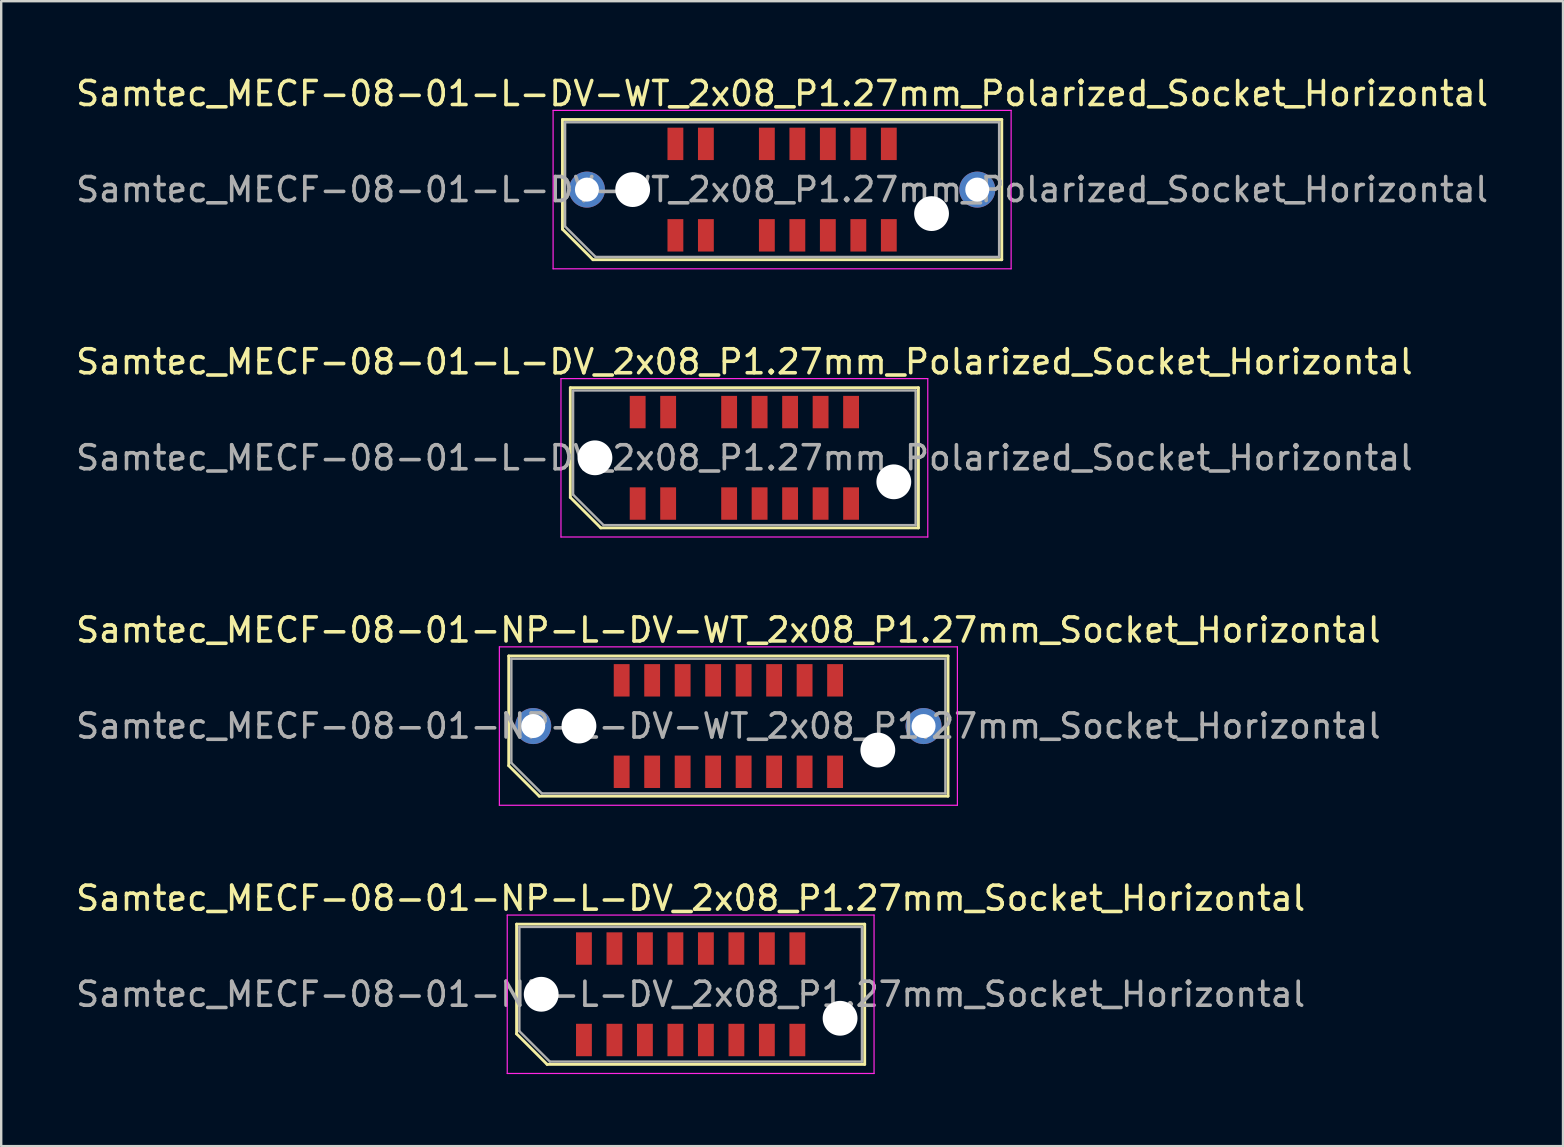
<source format=kicad_pcb>
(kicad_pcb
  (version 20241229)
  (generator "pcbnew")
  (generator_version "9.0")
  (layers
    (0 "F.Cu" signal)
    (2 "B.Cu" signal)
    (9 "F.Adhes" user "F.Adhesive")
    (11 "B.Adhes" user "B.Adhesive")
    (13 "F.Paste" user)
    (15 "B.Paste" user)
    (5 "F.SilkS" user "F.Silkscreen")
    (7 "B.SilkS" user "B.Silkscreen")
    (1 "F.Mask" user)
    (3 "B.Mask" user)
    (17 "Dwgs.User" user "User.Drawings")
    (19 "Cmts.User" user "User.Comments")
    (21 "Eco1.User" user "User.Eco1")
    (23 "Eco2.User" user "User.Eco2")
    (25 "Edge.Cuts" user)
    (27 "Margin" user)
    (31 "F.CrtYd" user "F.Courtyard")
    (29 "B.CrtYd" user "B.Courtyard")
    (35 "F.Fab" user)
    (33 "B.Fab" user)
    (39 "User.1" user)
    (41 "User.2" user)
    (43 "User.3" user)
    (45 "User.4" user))
  (footprint "Samtec_MECF-08-01-NP-L-DV-WT_2x08_P1.27mm_Socket_Horizontal"
    (layer "F.Cu")
    (at 27.292 27.195)
    (property "Reference" "Samtec_MECF-08-01-NP-L-DV-WT_2x08_P1.27mm_Socket_Horizontal" (at 0 -4 0) (layer "F.SilkS") (effects (font (size 1 1) (thickness 0.15))))
    (attr smd)
    (fp_line (start -9.15 -2.92) (end 9.15 -2.92) (stroke (width 0.12) (type solid)) (layer "F.SilkS"))
    (fp_line (start -9.15 1.65) (end -9.15 -2.92) (stroke (width 0.12) (type solid)) (layer "F.SilkS"))
    (fp_line (start -7.88 2.92) (end -9.15 1.65) (stroke (width 0.12) (type solid)) (layer "F.SilkS"))
    (fp_line (start -7.88 2.92) (end 9.15 2.92) (stroke (width 0.12) (type solid)) (layer "F.SilkS"))
    (fp_line (start 9.15 2.92) (end 9.15 -2.92) (stroke (width 0.12) (type solid)) (layer "F.SilkS"))
    (fp_line (start -9.54 -3.3) (end -9.54 3.3) (stroke (width 0.05) (type solid)) (layer "F.CrtYd"))
    (fp_line (start -9.54 3.3) (end 9.54 3.3) (stroke (width 0.05) (type solid)) (layer "F.CrtYd"))
    (fp_line (start 9.54 -3.3) (end -9.54 -3.3) (stroke (width 0.05) (type solid)) (layer "F.CrtYd"))
    (fp_line (start 9.54 3.3) (end 9.54 -3.3) (stroke (width 0.05) (type solid)) (layer "F.CrtYd"))
    (fp_line (start -9.04 -2.805) (end 9.04 -2.805) (stroke (width 0.1) (type solid)) (layer "F.Fab"))
    (fp_line (start -9.04 1.535) (end -9.04 -2.805) (stroke (width 0.1) (type solid)) (layer "F.Fab"))
    (fp_line (start -9.04 1.535) (end -7.77 2.805) (stroke (width 0.1) (type solid)) (layer "F.Fab"))
    (fp_line (start -7.77 2.805) (end 9.04 2.805) (stroke (width 0.1) (type solid)) (layer "F.Fab"))
    (fp_line (start 9.04 2.805) (end 9.04 -2.805) (stroke (width 0.1) (type solid)) (layer "F.Fab"))
    (fp_text user "${REFERENCE}" (at 0 0 0) (layer "F.Fab") (effects (font (size 1 1) (thickness 0.15))))
    (pad "" thru_hole circle (at -8.13 0) (size 1.5 1.5) (drill 1) (layers "*.Cu" "*.Mask"))
    (pad "" np_thru_hole circle (at -6.225 0) (size 1.45 1.45) (drill 1.45) (layers "*.Cu" "*.Mask"))
    (pad "" np_thru_hole circle (at 6.225 1) (size 1.45 1.45) (drill 1.45) (layers "*.Cu" "*.Mask"))
    (pad "" thru_hole circle (at 8.13 0) (size 1.5 1.5) (drill 1) (layers "*.Cu" "*.Mask"))
    (pad "1" smd rect (at -4.445 1.905) (size 0.66 1.35) (layers "F.Cu" "F.Mask" "F.Paste"))
    (pad "2" smd rect (at -4.445 -1.905) (size 0.66 1.35) (layers "F.Cu" "F.Mask" "F.Paste"))
    (pad "3" smd rect (at -3.175 1.905) (size 0.66 1.35) (layers "F.Cu" "F.Mask" "F.Paste"))
    (pad "4" smd rect (at -3.175 -1.905) (size 0.66 1.35) (layers "F.Cu" "F.Mask" "F.Paste"))
    (pad "5" smd rect (at -1.905 1.905) (size 0.66 1.35) (layers "F.Cu" "F.Mask" "F.Paste"))
    (pad "6" smd rect (at -1.905 -1.905) (size 0.66 1.35) (layers "F.Cu" "F.Mask" "F.Paste"))
    (pad "7" smd rect (at -0.635 1.905) (size 0.66 1.35) (layers "F.Cu" "F.Mask" "F.Paste"))
    (pad "8" smd rect (at -0.635 -1.905) (size 0.66 1.35) (layers "F.Cu" "F.Mask" "F.Paste"))
    (pad "9" smd rect (at 0.635 1.905) (size 0.66 1.35) (layers "F.Cu" "F.Mask" "F.Paste"))
    (pad "10" smd rect (at 0.635 -1.905) (size 0.66 1.35) (layers "F.Cu" "F.Mask" "F.Paste"))
    (pad "11" smd rect (at 1.905 1.905) (size 0.66 1.35) (layers "F.Cu" "F.Mask" "F.Paste"))
    (pad "12" smd rect (at 1.905 -1.905) (size 0.66 1.35) (layers "F.Cu" "F.Mask" "F.Paste"))
    (pad "13" smd rect (at 3.175 1.905) (size 0.66 1.35) (layers "F.Cu" "F.Mask" "F.Paste"))
    (pad "14" smd rect (at 3.175 -1.905) (size 0.66 1.35) (layers "F.Cu" "F.Mask" "F.Paste"))
    (pad "15" smd rect (at 4.445 1.905) (size 0.66 1.35) (layers "F.Cu" "F.Mask" "F.Paste"))
    (pad "16" smd rect (at 4.445 -1.905) (size 0.66 1.35) (layers "F.Cu" "F.Mask" "F.Paste")))
  (footprint "Samtec_MECF-08-01-L-DV-WT_2x08_P1.27mm_Polarized_Socket_Horizontal"
    (layer "F.Cu")
    (at 29.53 4.848)
    (property "Reference" "Samtec_MECF-08-01-L-DV-WT_2x08_P1.27mm_Polarized_Socket_Horizontal" (at 0 -4 0) (layer "F.SilkS") (effects (font (size 1 1) (thickness 0.15))))
    (attr smd)
    (fp_line (start -9.15 -2.92) (end 9.15 -2.92) (stroke (width 0.12) (type solid)) (layer "F.SilkS"))
    (fp_line (start -9.15 1.65) (end -9.15 -2.92) (stroke (width 0.12) (type solid)) (layer "F.SilkS"))
    (fp_line (start -7.88 2.92) (end -9.15 1.65) (stroke (width 0.12) (type solid)) (layer "F.SilkS"))
    (fp_line (start -7.88 2.92) (end 9.15 2.92) (stroke (width 0.12) (type solid)) (layer "F.SilkS"))
    (fp_line (start 9.15 2.92) (end 9.15 -2.92) (stroke (width 0.12) (type solid)) (layer "F.SilkS"))
    (fp_line (start -9.54 -3.3) (end -9.54 3.3) (stroke (width 0.05) (type solid)) (layer "F.CrtYd"))
    (fp_line (start -9.54 3.3) (end 9.54 3.3) (stroke (width 0.05) (type solid)) (layer "F.CrtYd"))
    (fp_line (start 9.54 -3.3) (end -9.54 -3.3) (stroke (width 0.05) (type solid)) (layer "F.CrtYd"))
    (fp_line (start 9.54 3.3) (end 9.54 -3.3) (stroke (width 0.05) (type solid)) (layer "F.CrtYd"))
    (fp_line (start -9.04 -2.805) (end 9.04 -2.805) (stroke (width 0.1) (type solid)) (layer "F.Fab"))
    (fp_line (start -9.04 1.535) (end -9.04 -2.805) (stroke (width 0.1) (type solid)) (layer "F.Fab"))
    (fp_line (start -9.04 1.535) (end -7.77 2.805) (stroke (width 0.1) (type solid)) (layer "F.Fab"))
    (fp_line (start -7.77 2.805) (end 9.04 2.805) (stroke (width 0.1) (type solid)) (layer "F.Fab"))
    (fp_line (start 9.04 2.805) (end 9.04 -2.805) (stroke (width 0.1) (type solid)) (layer "F.Fab"))
    (fp_text user "${REFERENCE}" (at 0 0 0) (layer "F.Fab") (effects (font (size 1 1) (thickness 0.15))))
    (pad "" thru_hole circle (at -8.13 0) (size 1.5 1.5) (drill 1) (layers "*.Cu" "*.Mask"))
    (pad "" np_thru_hole circle (at -6.225 0) (size 1.45 1.45) (drill 1.45) (layers "*.Cu" "*.Mask"))
    (pad "" np_thru_hole circle (at 6.225 1) (size 1.45 1.45) (drill 1.45) (layers "*.Cu" "*.Mask"))
    (pad "" thru_hole circle (at 8.13 0) (size 1.5 1.5) (drill 1) (layers "*.Cu" "*.Mask"))
    (pad "1" smd rect (at -4.445 1.905) (size 0.66 1.35) (layers "F.Cu" "F.Mask" "F.Paste"))
    (pad "2" smd rect (at -4.445 -1.905) (size 0.66 1.35) (layers "F.Cu" "F.Mask" "F.Paste"))
    (pad "3" smd rect (at -3.175 1.905) (size 0.66 1.35) (layers "F.Cu" "F.Mask" "F.Paste"))
    (pad "4" smd rect (at -3.175 -1.905) (size 0.66 1.35) (layers "F.Cu" "F.Mask" "F.Paste"))
    (pad "7" smd rect (at -0.635 1.905) (size 0.66 1.35) (layers "F.Cu" "F.Mask" "F.Paste"))
    (pad "8" smd rect (at -0.635 -1.905) (size 0.66 1.35) (layers "F.Cu" "F.Mask" "F.Paste"))
    (pad "9" smd rect (at 0.635 1.905) (size 0.66 1.35) (layers "F.Cu" "F.Mask" "F.Paste"))
    (pad "10" smd rect (at 0.635 -1.905) (size 0.66 1.35) (layers "F.Cu" "F.Mask" "F.Paste"))
    (pad "11" smd rect (at 1.905 1.905) (size 0.66 1.35) (layers "F.Cu" "F.Mask" "F.Paste"))
    (pad "12" smd rect (at 1.905 -1.905) (size 0.66 1.35) (layers "F.Cu" "F.Mask" "F.Paste"))
    (pad "13" smd rect (at 3.175 1.905) (size 0.66 1.35) (layers "F.Cu" "F.Mask" "F.Paste"))
    (pad "14" smd rect (at 3.175 -1.905) (size 0.66 1.35) (layers "F.Cu" "F.Mask" "F.Paste"))
    (pad "15" smd rect (at 4.445 1.905) (size 0.66 1.35) (layers "F.Cu" "F.Mask" "F.Paste"))
    (pad "16" smd rect (at 4.445 -1.905) (size 0.66 1.35) (layers "F.Cu" "F.Mask" "F.Paste")))
  (footprint "Samtec_MECF-08-01-NP-L-DV_2x08_P1.27mm_Socket_Horizontal"
    (layer "F.Cu")
    (at 25.72 38.368)
    (property "Reference" "Samtec_MECF-08-01-NP-L-DV_2x08_P1.27mm_Socket_Horizontal" (at 0 -4 0) (layer "F.SilkS") (effects (font (size 1 1) (thickness 0.15))))
    (attr smd)
    (fp_line (start -7.25 -2.92) (end 7.25 -2.92) (stroke (width 0.12) (type solid)) (layer "F.SilkS"))
    (fp_line (start -7.25 1.65) (end -7.25 -2.92) (stroke (width 0.12) (type solid)) (layer "F.SilkS"))
    (fp_line (start -5.98 2.92) (end -7.25 1.65) (stroke (width 0.12) (type solid)) (layer "F.SilkS"))
    (fp_line (start -5.98 2.92) (end 7.25 2.92) (stroke (width 0.12) (type solid)) (layer "F.SilkS"))
    (fp_line (start 7.25 2.92) (end 7.25 -2.92) (stroke (width 0.12) (type solid)) (layer "F.SilkS"))
    (fp_line (start -7.64 -3.3) (end -7.64 3.3) (stroke (width 0.05) (type solid)) (layer "F.CrtYd"))
    (fp_line (start -7.64 3.3) (end 7.64 3.3) (stroke (width 0.05) (type solid)) (layer "F.CrtYd"))
    (fp_line (start 7.64 -3.3) (end -7.64 -3.3) (stroke (width 0.05) (type solid)) (layer "F.CrtYd"))
    (fp_line (start 7.64 3.3) (end 7.64 -3.3) (stroke (width 0.05) (type solid)) (layer "F.CrtYd"))
    (fp_line (start -7.135 -2.805) (end 7.135 -2.805) (stroke (width 0.1) (type solid)) (layer "F.Fab"))
    (fp_line (start -7.135 1.535) (end -7.135 -2.805) (stroke (width 0.1) (type solid)) (layer "F.Fab"))
    (fp_line (start -7.135 1.535) (end -5.865 2.805) (stroke (width 0.1) (type solid)) (layer "F.Fab"))
    (fp_line (start -5.865 2.805) (end 7.135 2.805) (stroke (width 0.1) (type solid)) (layer "F.Fab"))
    (fp_line (start 7.135 2.805) (end 7.135 -2.805) (stroke (width 0.1) (type solid)) (layer "F.Fab"))
    (fp_text user "${REFERENCE}" (at 0 0 0) (layer "F.Fab") (effects (font (size 1 1) (thickness 0.15))))
    (pad "" np_thru_hole circle (at -6.225 0) (size 1.45 1.45) (drill 1.45) (layers "*.Cu" "*.Mask"))
    (pad "" np_thru_hole circle (at 6.225 1) (size 1.45 1.45) (drill 1.45) (layers "*.Cu" "*.Mask"))
    (pad "1" smd rect (at -4.445 1.905) (size 0.66 1.35) (layers "F.Cu" "F.Mask" "F.Paste"))
    (pad "2" smd rect (at -4.445 -1.905) (size 0.66 1.35) (layers "F.Cu" "F.Mask" "F.Paste"))
    (pad "3" smd rect (at -3.175 1.905) (size 0.66 1.35) (layers "F.Cu" "F.Mask" "F.Paste"))
    (pad "4" smd rect (at -3.175 -1.905) (size 0.66 1.35) (layers "F.Cu" "F.Mask" "F.Paste"))
    (pad "5" smd rect (at -1.905 1.905) (size 0.66 1.35) (layers "F.Cu" "F.Mask" "F.Paste"))
    (pad "6" smd rect (at -1.905 -1.905) (size 0.66 1.35) (layers "F.Cu" "F.Mask" "F.Paste"))
    (pad "7" smd rect (at -0.635 1.905) (size 0.66 1.35) (layers "F.Cu" "F.Mask" "F.Paste"))
    (pad "8" smd rect (at -0.635 -1.905) (size 0.66 1.35) (layers "F.Cu" "F.Mask" "F.Paste"))
    (pad "9" smd rect (at 0.635 1.905) (size 0.66 1.35) (layers "F.Cu" "F.Mask" "F.Paste"))
    (pad "10" smd rect (at 0.635 -1.905) (size 0.66 1.35) (layers "F.Cu" "F.Mask" "F.Paste"))
    (pad "11" smd rect (at 1.905 1.905) (size 0.66 1.35) (layers "F.Cu" "F.Mask" "F.Paste"))
    (pad "12" smd rect (at 1.905 -1.905) (size 0.66 1.35) (layers "F.Cu" "F.Mask" "F.Paste"))
    (pad "13" smd rect (at 3.175 1.905) (size 0.66 1.35) (layers "F.Cu" "F.Mask" "F.Paste"))
    (pad "14" smd rect (at 3.175 -1.905) (size 0.66 1.35) (layers "F.Cu" "F.Mask" "F.Paste"))
    (pad "15" smd rect (at 4.445 1.905) (size 0.66 1.35) (layers "F.Cu" "F.Mask" "F.Paste"))
    (pad "16" smd rect (at 4.445 -1.905) (size 0.66 1.35) (layers "F.Cu" "F.Mask" "F.Paste")))
  (footprint "Samtec_MECF-08-01-L-DV_2x08_P1.27mm_Polarized_Socket_Horizontal"
    (layer "F.Cu")
    (at 27.958 16.021)
    (property "Reference" "Samtec_MECF-08-01-L-DV_2x08_P1.27mm_Polarized_Socket_Horizontal" (at 0 -4 0) (layer "F.SilkS") (effects (font (size 1 1) (thickness 0.15))))
    (attr smd)
    (fp_line (start -7.25 -2.92) (end 7.25 -2.92) (stroke (width 0.12) (type solid)) (layer "F.SilkS"))
    (fp_line (start -7.25 1.65) (end -7.25 -2.92) (stroke (width 0.12) (type solid)) (layer "F.SilkS"))
    (fp_line (start -5.98 2.92) (end -7.25 1.65) (stroke (width 0.12) (type solid)) (layer "F.SilkS"))
    (fp_line (start -5.98 2.92) (end 7.25 2.92) (stroke (width 0.12) (type solid)) (layer "F.SilkS"))
    (fp_line (start 7.25 2.92) (end 7.25 -2.92) (stroke (width 0.12) (type solid)) (layer "F.SilkS"))
    (fp_line (start -7.64 -3.3) (end -7.64 3.3) (stroke (width 0.05) (type solid)) (layer "F.CrtYd"))
    (fp_line (start -7.64 3.3) (end 7.64 3.3) (stroke (width 0.05) (type solid)) (layer "F.CrtYd"))
    (fp_line (start 7.64 -3.3) (end -7.64 -3.3) (stroke (width 0.05) (type solid)) (layer "F.CrtYd"))
    (fp_line (start 7.64 3.3) (end 7.64 -3.3) (stroke (width 0.05) (type solid)) (layer "F.CrtYd"))
    (fp_line (start -7.135 -2.805) (end 7.135 -2.805) (stroke (width 0.1) (type solid)) (layer "F.Fab"))
    (fp_line (start -7.135 1.535) (end -7.135 -2.805) (stroke (width 0.1) (type solid)) (layer "F.Fab"))
    (fp_line (start -7.135 1.535) (end -5.865 2.805) (stroke (width 0.1) (type solid)) (layer "F.Fab"))
    (fp_line (start -5.865 2.805) (end 7.135 2.805) (stroke (width 0.1) (type solid)) (layer "F.Fab"))
    (fp_line (start 7.135 2.805) (end 7.135 -2.805) (stroke (width 0.1) (type solid)) (layer "F.Fab"))
    (fp_text user "${REFERENCE}" (at 0 0 0) (layer "F.Fab") (effects (font (size 1 1) (thickness 0.15))))
    (pad "" np_thru_hole circle (at -6.225 0) (size 1.45 1.45) (drill 1.45) (layers "*.Cu" "*.Mask"))
    (pad "" np_thru_hole circle (at 6.225 1) (size 1.45 1.45) (drill 1.45) (layers "*.Cu" "*.Mask"))
    (pad "1" smd rect (at -4.445 1.905) (size 0.66 1.35) (layers "F.Cu" "F.Mask" "F.Paste"))
    (pad "2" smd rect (at -4.445 -1.905) (size 0.66 1.35) (layers "F.Cu" "F.Mask" "F.Paste"))
    (pad "3" smd rect (at -3.175 1.905) (size 0.66 1.35) (layers "F.Cu" "F.Mask" "F.Paste"))
    (pad "4" smd rect (at -3.175 -1.905) (size 0.66 1.35) (layers "F.Cu" "F.Mask" "F.Paste"))
    (pad "7" smd rect (at -0.635 1.905) (size 0.66 1.35) (layers "F.Cu" "F.Mask" "F.Paste"))
    (pad "8" smd rect (at -0.635 -1.905) (size 0.66 1.35) (layers "F.Cu" "F.Mask" "F.Paste"))
    (pad "9" smd rect (at 0.635 1.905) (size 0.66 1.35) (layers "F.Cu" "F.Mask" "F.Paste"))
    (pad "10" smd rect (at 0.635 -1.905) (size 0.66 1.35) (layers "F.Cu" "F.Mask" "F.Paste"))
    (pad "11" smd rect (at 1.905 1.905) (size 0.66 1.35) (layers "F.Cu" "F.Mask" "F.Paste"))
    (pad "12" smd rect (at 1.905 -1.905) (size 0.66 1.35) (layers "F.Cu" "F.Mask" "F.Paste"))
    (pad "13" smd rect (at 3.175 1.905) (size 0.66 1.35) (layers "F.Cu" "F.Mask" "F.Paste"))
    (pad "14" smd rect (at 3.175 -1.905) (size 0.66 1.35) (layers "F.Cu" "F.Mask" "F.Paste"))
    (pad "15" smd rect (at 4.445 1.905) (size 0.66 1.35) (layers "F.Cu" "F.Mask" "F.Paste"))
    (pad "16" smd rect (at 4.445 -1.905) (size 0.66 1.35) (layers "F.Cu" "F.Mask" "F.Paste")))
  (gr_rect
    (start -3 -3)
    (end 62.06 44.693)
    (stroke (width 0.1) (type default))
    (fill no)
    (layer "Edge.Cuts")))
</source>
